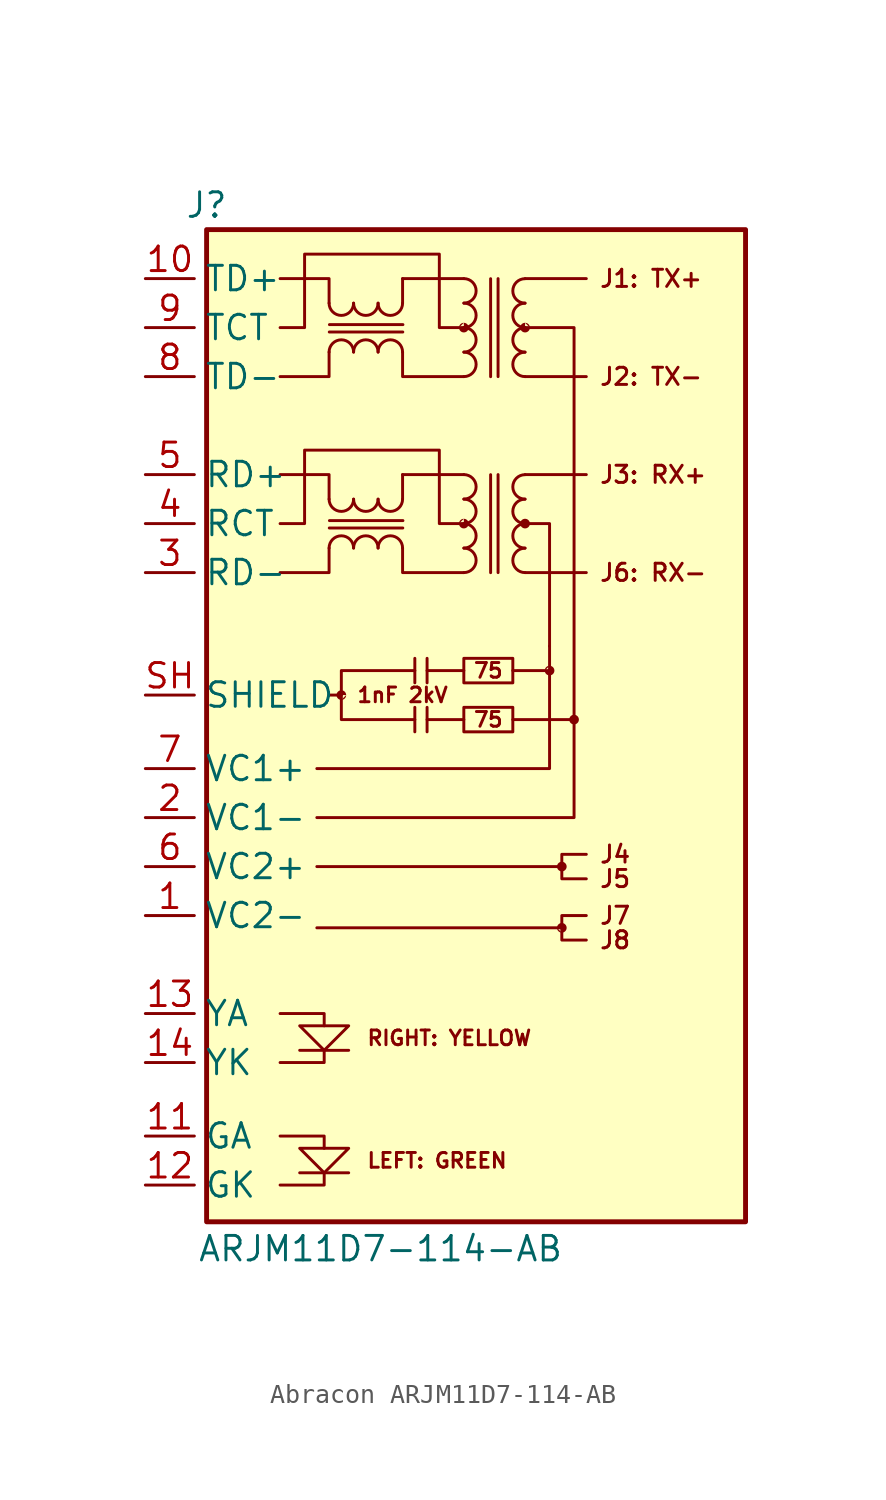
<source format=kicad_sym>
(kicad_symbol_lib
  (version 20241209)
  (generator "kicad_symbol_editor")
  (generator_version "9.0")
  (symbol "Abracon ARJM11D7-114-AB"
    (property "Reference" "J"
      (at 0.635 1.27 0)
      (effects (font (size 1.27 1.27))))
    (property "Value" "ARJM11D7-114-AB"
      (at 9.652 -52.832 0)
      (effects (font (size 1.27 1.27))))
    (symbol "Abracon ARJM11D7-114-AB_0_0"
      (polyline (pts (xy 4.445 -40.64) (xy 6.731 -40.64) (xy 6.731 -41.275)) (stroke (width 0) (type default)) (fill (type none)))
      (polyline (pts (xy 4.445 -46.99) (xy 6.731 -46.99) (xy 6.731 -47.625)) (stroke (width 0) (type default)) (fill (type none)))
      (polyline (pts (xy 4.445 -49.53) (xy 6.731 -49.53) (xy 6.731 -48.895)) (stroke (width 0) (type default)) (fill (type none)))
      (polyline (pts (xy 5.461 -41.275) (xy 8.001 -41.275) (xy 6.731 -42.545) (xy 5.461 -41.275)) (stroke (width 0) (type default)) (fill (type none)))
      (polyline (pts (xy 6.731 -42.545) (xy 6.731 -43.18) (xy 4.445 -43.18)) (stroke (width 0) (type default)) (fill (type none)))
      (polyline (pts (xy 8.001 -42.545) (xy 5.461 -42.545)) (stroke (width 0) (type default)) (fill (type none)))
      (polyline (pts (xy 8.001 -47.625) (xy 5.461 -47.625) (xy 6.731 -48.895) (xy 8.001 -47.625)) (stroke (width 0) (type default)) (fill (type none)))
      (polyline (pts (xy 8.001 -48.895) (xy 5.461 -48.895)) (stroke (width 0) (type default)) (fill (type none)))
      (polyline (pts (xy 18.415 -22.86) (xy 18.415 -27.94) (xy 6.35 -27.94)) (stroke (width 0) (type default)) (fill (type none)))
      (polyline (pts (xy 19.685 -25.4) (xy 19.685 -30.48) (xy 6.35 -30.48)) (stroke (width 0) (type default)) (fill (type none)))
      (text "75" (at 15.24 -22.86 0) (effects (font (size 0.762 0.762))))
      (text "75" (at 15.24 -25.4 0) (effects (font (size 0.762 0.762)))))
    (symbol "Abracon ARJM11D7-114-AB_0_1"
      (rectangle (start 0.635 0) (end 28.575 -51.435) (stroke (width 0.254) (type default)) (fill (type background)))
      (polyline (pts (xy 4.445 -2.54) (xy 6.985 -2.54) (xy 6.985 -3.81)) (stroke (width 0) (type default)) (fill (type none)))
      (polyline (pts (xy 4.445 -5.08) (xy 5.715 -5.08) (xy 5.715 -1.27) (xy 12.7 -1.27) (xy 12.7 -5.08) (xy 13.97 -5.08)) (stroke (width 0) (type default)) (fill (type none)))
      (polyline (pts (xy 4.445 -7.62) (xy 6.985 -7.62) (xy 6.985 -6.35)) (stroke (width 0) (type default)) (fill (type none)))
      (polyline (pts (xy 4.445 -12.7) (xy 6.985 -12.7) (xy 6.985 -13.97)) (stroke (width 0) (type default)) (fill (type none)))
      (polyline (pts (xy 4.445 -15.24) (xy 5.715 -15.24) (xy 5.715 -11.43) (xy 12.7 -11.43) (xy 12.7 -15.24) (xy 13.97 -15.24)) (stroke (width 0) (type default)) (fill (type none)))
      (polyline (pts (xy 4.445 -17.78) (xy 6.985 -17.78) (xy 6.985 -16.51)) (stroke (width 0) (type default)) (fill (type none)))
      (arc (start 8.255 -3.8127) (mid 7.62 -4.445) (end 6.985 -3.8127) (stroke (width 0) (type default)) (fill (type none)))
      (arc (start 6.985 -6.3473) (mid 7.62 -5.715) (end 8.255 -6.3473) (stroke (width 0) (type default)) (fill (type none)))
      (arc (start 8.255 -13.9727) (mid 7.62 -14.605) (end 6.985 -13.9727) (stroke (width 0) (type default)) (fill (type none)))
      (arc (start 6.985 -16.5073) (mid 7.62 -15.875) (end 8.255 -16.5073) (stroke (width 0) (type default)) (fill (type none)))
      (arc (start 9.525 -3.8127) (mid 8.89 -4.445) (end 8.255 -3.8127) (stroke (width 0) (type default)) (fill (type none)))
      (arc (start 8.255 -6.3473) (mid 8.89 -5.715) (end 9.525 -6.3473) (stroke (width 0) (type default)) (fill (type none)))
      (arc (start 9.525 -13.9727) (mid 8.89 -14.605) (end 8.255 -13.9727) (stroke (width 0) (type default)) (fill (type none)))
      (arc (start 8.255 -16.5073) (mid 8.89 -15.875) (end 9.525 -16.5073) (stroke (width 0) (type default)) (fill (type none)))
      (arc (start 10.795 -3.8127) (mid 10.16 -4.445) (end 9.525 -3.8127) (stroke (width 0) (type default)) (fill (type none)))
      (arc (start 9.525 -6.3473) (mid 10.16 -5.715) (end 10.795 -6.3473) (stroke (width 0) (type default)) (fill (type none)))
      (arc (start 10.795 -13.9727) (mid 10.16 -14.605) (end 9.525 -13.9727) (stroke (width 0) (type default)) (fill (type none)))
      (arc (start 9.525 -16.5073) (mid 10.16 -15.875) (end 10.795 -16.5073) (stroke (width 0) (type default)) (fill (type none)))
      (polyline (pts (xy 10.795 -3.81) (xy 10.795 -2.54)) (stroke (width 0) (type default)) (fill (type none)))
      (polyline (pts (xy 10.795 -6.35) (xy 10.795 -7.62) (xy 13.97 -7.62)) (stroke (width 0) (type default)) (fill (type none)))
      (polyline (pts (xy 10.795 -13.97) (xy 10.795 -12.7)) (stroke (width 0) (type default)) (fill (type none)))
      (polyline (pts (xy 10.795 -16.51) (xy 10.795 -17.78) (xy 13.97 -17.78)) (stroke (width 0) (type default)) (fill (type none)))
      (polyline (pts (xy 10.806 -5.308) (xy 6.995 -5.308)) (stroke (width 0) (type default)) (fill (type none)))
      (polyline (pts (xy 10.806 -15.468) (xy 6.995 -15.468)) (stroke (width 0) (type default)) (fill (type none)))
      (polyline (pts (xy 10.813 -4.925) (xy 7.003 -4.925)) (stroke (width 0) (type default)) (fill (type none)))
      (polyline (pts (xy 10.813 -15.085) (xy 7.003 -15.085)) (stroke (width 0) (type default)) (fill (type none)))
      (polyline (pts (xy 13.97 -2.54) (xy 10.795 -2.54)) (stroke (width 0) (type default)) (fill (type none)))
      (arc (start 13.9727 -2.54) (mid 14.605 -3.175) (end 13.9727 -3.81) (stroke (width 0) (type default)) (fill (type none)))
      (arc (start 13.9727 -3.81) (mid 14.605 -4.445) (end 13.9727 -5.08) (stroke (width 0) (type default)) (fill (type none)))
      (arc (start 13.9727 -5.08) (mid 14.605 -5.715) (end 13.9727 -6.35) (stroke (width 0) (type default)) (fill (type none)))
      (arc (start 13.9727 -6.35) (mid 14.605 -6.985) (end 13.9727 -7.62) (stroke (width 0) (type default)) (fill (type none)))
      (polyline (pts (xy 13.97 -12.7) (xy 10.795 -12.7)) (stroke (width 0) (type default)) (fill (type none)))
      (arc (start 13.9727 -12.7) (mid 14.605 -13.335) (end 13.9727 -13.97) (stroke (width 0) (type default)) (fill (type none)))
      (arc (start 13.9727 -13.97) (mid 14.605 -14.605) (end 13.9727 -15.24) (stroke (width 0) (type default)) (fill (type none)))
      (arc (start 13.9727 -15.24) (mid 14.605 -15.875) (end 13.9727 -16.51) (stroke (width 0) (type default)) (fill (type none)))
      (arc (start 13.9727 -16.51) (mid 14.605 -17.145) (end 13.9727 -17.78) (stroke (width 0) (type default)) (fill (type none)))
      (rectangle (start 13.97 -22.225) (end 16.51 -23.495) (stroke (width 0) (type default)) (fill (type none)))
      (rectangle (start 13.97 -24.765) (end 16.51 -26.035) (stroke (width 0) (type default)) (fill (type none)))
      (polyline (pts (xy 15.359 -7.624) (xy 15.359 -2.544)) (stroke (width 0) (type default)) (fill (type none)))
      (polyline (pts (xy 15.359 -17.784) (xy 15.359 -12.704)) (stroke (width 0) (type default)) (fill (type none)))
      (polyline (pts (xy 15.745 -7.62) (xy 15.745 -2.54)) (stroke (width 0) (type default)) (fill (type none)))
      (polyline (pts (xy 15.745 -17.78) (xy 15.745 -12.7)) (stroke (width 0) (type default)) (fill (type none)))
      (polyline (pts (xy 17.145 -2.54) (xy 20.32 -2.54)) (stroke (width 0) (type default)) (fill (type none)))
      (arc (start 17.1423 -3.81) (mid 16.51 -3.175) (end 17.1423 -2.54) (stroke (width 0) (type default)) (fill (type none)))
      (arc (start 17.1423 -5.08) (mid 16.51 -4.445) (end 17.1423 -3.81) (stroke (width 0) (type default)) (fill (type none)))
      (arc (start 17.1423 -6.35) (mid 16.51 -5.715) (end 17.1423 -5.08) (stroke (width 0) (type default)) (fill (type none)))
      (arc (start 17.1423 -7.62) (mid 16.51 -6.985) (end 17.1423 -6.35) (stroke (width 0) (type default)) (fill (type none)))
      (polyline (pts (xy 17.145 -7.62) (xy 20.32 -7.62)) (stroke (width 0) (type default)) (fill (type none)))
      (polyline (pts (xy 17.145 -12.7) (xy 20.32 -12.7)) (stroke (width 0) (type default)) (fill (type none)))
      (arc (start 17.1423 -13.97) (mid 16.51 -13.335) (end 17.1423 -12.7) (stroke (width 0) (type default)) (fill (type none)))
      (arc (start 17.1423 -15.24) (mid 16.51 -14.605) (end 17.1423 -13.97) (stroke (width 0) (type default)) (fill (type none)))
      (arc (start 17.1423 -16.51) (mid 16.51 -15.875) (end 17.1423 -15.24) (stroke (width 0) (type default)) (fill (type none)))
      (arc (start 17.1423 -17.78) (mid 16.51 -17.145) (end 17.1423 -16.51) (stroke (width 0) (type default)) (fill (type none)))
      (polyline (pts (xy 17.145 -17.78) (xy 20.32 -17.78)) (stroke (width 0) (type default)) (fill (type none))))
    (symbol "Abracon ARJM11D7-114-AB_1_0"
      (polyline (pts (xy 7.62 -24.13) (xy 6.985 -24.13)) (stroke (width 0) (type default)) (fill (type none)))
      (polyline (pts (xy 11.43 -22.225) (xy 11.43 -23.495)) (stroke (width 0) (type default)) (fill (type none)))
      (polyline (pts (xy 11.43 -22.86) (xy 7.62 -22.86) (xy 7.62 -25.4) (xy 11.43 -25.4)) (stroke (width 0) (type default)) (fill (type none)))
      (polyline (pts (xy 11.43 -24.765) (xy 11.43 -26.035)) (stroke (width 0) (type default)) (fill (type none)))
      (polyline (pts (xy 12.065 -22.225) (xy 12.065 -23.495)) (stroke (width 0) (type default)) (fill (type none)))
      (polyline (pts (xy 12.065 -22.86) (xy 13.97 -22.86)) (stroke (width 0) (type default)) (fill (type none)))
      (polyline (pts (xy 12.065 -24.765) (xy 12.065 -26.035)) (stroke (width 0) (type default)) (fill (type none)))
      (polyline (pts (xy 12.065 -25.4) (xy 13.97 -25.4)) (stroke (width 0) (type default)) (fill (type none)))
      (polyline (pts (xy 16.51 -22.86) (xy 18.415 -22.86) (xy 18.415 -21.59)) (stroke (width 0) (type default)) (fill (type none)))
      (polyline (pts (xy 17.145 -5.08) (xy 19.685 -5.08) (xy 19.685 -25.4) (xy 16.51 -25.4)) (stroke (width 0) (type default)) (fill (type none)))
      (polyline (pts (xy 17.145 -15.24) (xy 18.415 -15.24) (xy 18.415 -21.59)) (stroke (width 0) (type default)) (fill (type none)))
      (polyline (pts (xy 19.05 -33.02) (xy 6.35 -33.02)) (stroke (width 0) (type default)) (fill (type none)))
      (polyline (pts (xy 19.05 -36.195) (xy 6.35 -36.195)) (stroke (width 0) (type default)) (fill (type none)))
      (polyline (pts (xy 20.32 -32.385) (xy 19.05 -32.385) (xy 19.05 -33.655) (xy 20.32 -33.655)) (stroke (width 0) (type default)) (fill (type none)))
      (polyline (pts (xy 20.32 -35.56) (xy 19.05 -35.56) (xy 19.05 -36.83) (xy 20.32 -36.83)) (stroke (width 0) (type default)) (fill (type none)))
      (text "RIGHT: YELLOW" (at 8.89 -41.91 0) (effects (font (size 0.762 0.762)) (justify left)))
      (text "LEFT: GREEN" (at 8.89 -48.26 0) (effects (font (size 0.762 0.762)) (justify left)))
      (text "1nF 2kV" (at 10.795 -24.13 0) (effects (font (size 0.762 0.762))))
      (text "J1: TX+" (at 20.955 -2.54 0) (effects (font (size 0.889 0.889)) (justify left)))
      (text "J2: TX-" (at 20.955 -7.62 0) (effects (font (size 0.889 0.889)) (justify left)))
      (text "J3: RX+" (at 20.955 -12.7 0) (effects (font (size 0.889 0.889)) (justify left)))
      (text "J6: RX-" (at 20.955 -17.78 0) (effects (font (size 0.889 0.889)) (justify left)))
      (text "J4" (at 20.955 -32.385 0) (effects (font (size 0.889 0.889)) (justify left)))
      (text "J5" (at 20.955 -33.655 0) (effects (font (size 0.889 0.889)) (justify left)))
      (text "J7" (at 20.955 -35.56 0) (effects (font (size 0.889 0.889)) (justify left)))
      (text "J8" (at 20.955 -36.83 0) (effects (font (size 0.889 0.889)) (justify left))))
    (symbol "Abracon ARJM11D7-114-AB_1_1"
      (circle (center 7.62 -24.13) (radius 0.0001) (stroke (width 0.5) (type solid)) (fill (type outline)))
      (circle (center 13.97 -5.08) (radius 0.0001) (stroke (width 0.5) (type solid)) (fill (type outline)))
      (circle (center 13.97 -15.24) (radius 0.0001) (stroke (width 0.5) (type solid)) (fill (type outline)))
      (circle (center 17.145 -5.08) (radius 0.0001) (stroke (width 0.5) (type solid)) (fill (type outline)))
      (circle (center 17.145 -15.24) (radius 0.0001) (stroke (width 0.5) (type solid)) (fill (type outline)))
      (circle (center 18.415 -22.86) (radius 0.0001) (stroke (width 0.5) (type solid)) (fill (type outline)))
      (circle (center 19.05 -33.02) (radius 0.0001) (stroke (width 0.5) (type solid)) (fill (type outline)))
      (circle (center 19.05 -36.195) (radius 0.0001) (stroke (width 0.5) (type solid)) (fill (type outline)))
      (circle (center 19.685 -25.4) (radius 0.0001) (stroke (width 0.5) (type solid)) (fill (type outline)))
      (pin passive line (at -2.54 -2.54 0) (length 2.54) (name "TD+" (effects (font (size 1.27 1.27)))) (number "10" (effects (font (size 1.27 1.27)))))
      (pin passive line (at -2.54 -5.08 0) (length 2.54) (name "TCT" (effects (font (size 1.27 1.27)))) (number "9" (effects (font (size 1.27 1.27)))))
      (pin passive line (at -2.54 -7.62 0) (length 2.54) (name "TD-" (effects (font (size 1.27 1.27)))) (number "8" (effects (font (size 1.27 1.27)))))
      (pin passive line (at -2.54 -12.7 0) (length 2.54) (name "RD+" (effects (font (size 1.27 1.27)))) (number "5" (effects (font (size 1.27 1.27)))))
      (pin passive line (at -2.54 -15.24 0) (length 2.54) (name "RCT" (effects (font (size 1.27 1.27)))) (number "4" (effects (font (size 1.27 1.27)))))
      (pin passive line (at -2.54 -17.78 0) (length 2.54) (name "RD-" (effects (font (size 1.27 1.27)))) (number "3" (effects (font (size 1.27 1.27)))))
      (pin passive line (at -2.54 -24.13 0) (length 2.54) (name "SHIELD" (effects (font (size 1.27 1.27)))) (number "SH" (effects (font (size 1.27 1.27)))))
      (pin power_out line (at -2.54 -27.94 0) (length 2.54) (name "VC1+" (effects (font (size 1.27 1.27)))) (number "7" (effects (font (size 1.27 1.27)))))
      (pin power_out line (at -2.54 -30.48 0) (length 2.54) (name "VC1-" (effects (font (size 1.27 1.27)))) (number "2" (effects (font (size 1.27 1.27)))))
      (pin power_out line (at -2.54 -33.02 0) (length 2.54) (name "VC2+" (effects (font (size 1.27 1.27)))) (number "6" (effects (font (size 1.27 1.27)))))
      (pin power_out line (at -2.54 -35.56 0) (length 2.54) (name "VC2-" (effects (font (size 1.27 1.27)))) (number "1" (effects (font (size 1.27 1.27)))))
      (pin passive line (at -2.54 -40.64 0) (length 2.54) (name "YA" (effects (font (size 1.27 1.27)))) (number "13" (effects (font (size 1.27 1.27)))))
      (pin passive line (at -2.54 -43.18 0) (length 2.54) (name "YK" (effects (font (size 1.27 1.27)))) (number "14" (effects (font (size 1.27 1.27)))))
      (pin passive line (at -2.54 -46.99 0) (length 2.54) (name "GA" (effects (font (size 1.27 1.27)))) (number "11" (effects (font (size 1.27 1.27)))))
      (pin passive line (at -2.54 -49.53 0) (length 2.54) (name "GK" (effects (font (size 1.27 1.27)))) (number "12" (effects (font (size 1.27 1.27))))))))
</source>
